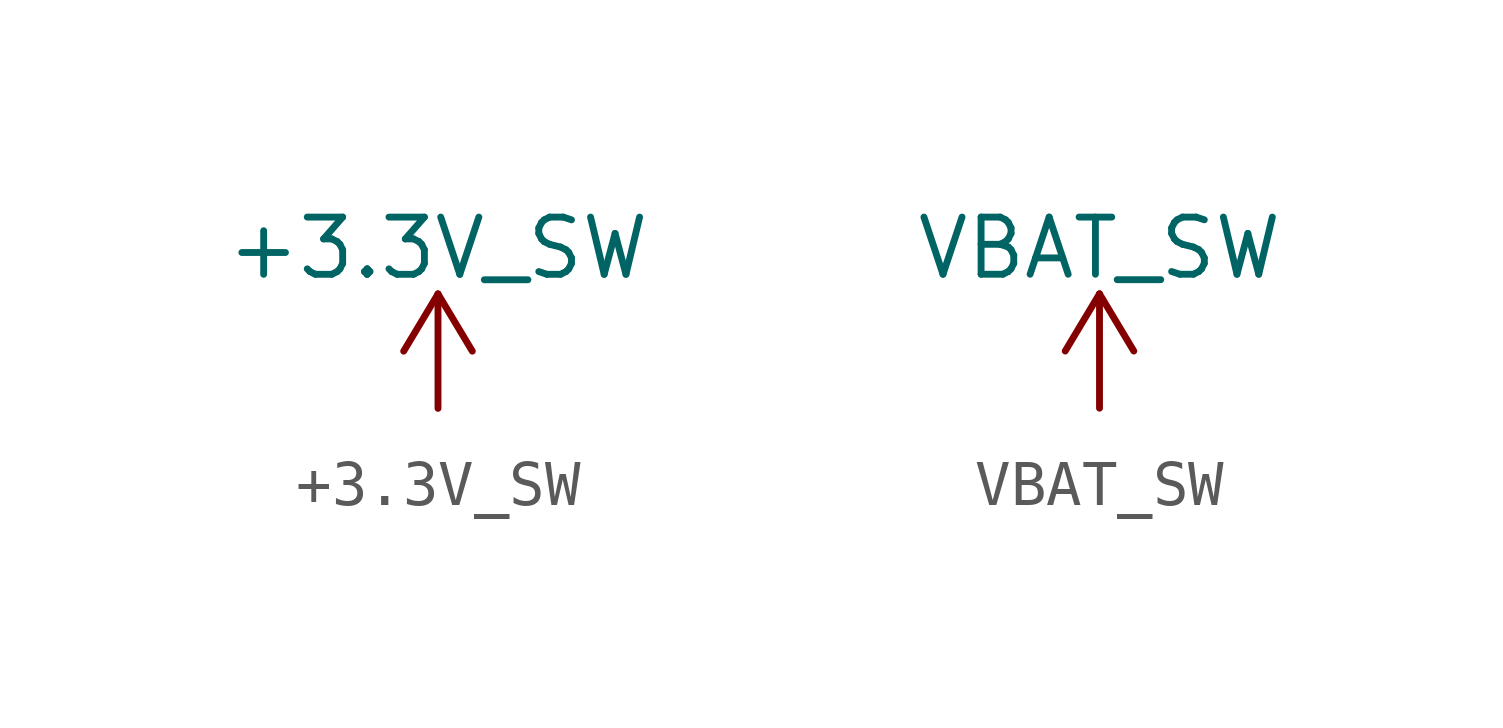
<source format=kicad_sym>
(kicad_symbol_lib
  (version 20211014)
  (generator kicad_symbol_editor)
  (symbol "+3.3V_SW"
    (power)
    (pin_names
      (offset 0))
    (property "Reference" "#PWR"
      (at 0 -3.81 0)
      (effects (font (size 1.27 1.27)) hide))
    (property "Value" "+3.3V_SW"
      (at 0 3.556 0)
      (effects (font (size 1.27 1.27))))
    (symbol "+3.3V_SW_0_1"
      (polyline (pts (xy -0.762 1.27) (xy 0 2.54)) (stroke (width 0) (type default) (color 0 0 0 0)) (fill (type none)))
      (polyline (pts (xy 0 0) (xy 0 2.54)) (stroke (width 0) (type default) (color 0 0 0 0)) (fill (type none)))
      (polyline (pts (xy 0 2.54) (xy 0.762 1.27)) (stroke (width 0) (type default) (color 0 0 0 0)) (fill (type none))))
    (symbol "+3.3V_SW_1_1"
      (pin power_in line (at 0 0 90) (length 0) hide (name "+3.3V_SW" (effects (font (size 1.27 1.27)))) (number "1" (effects (font (size 1.27 1.27)))))))
  (symbol "VBAT_SW"
    (power)
    (pin_numbers hide)
    (pin_names
      (offset 0) hide)
    (property "Reference" "#PWR"
      (at 0 -3.81 0)
      (effects (font (size 1.27 1.27)) hide))
    (property "Value" "VBAT_SW"
      (at 0 3.556 0)
      (effects (font (size 1.27 1.27))))
    (symbol "VBAT_SW_0_1"
      (polyline (pts (xy -0.762 1.27) (xy 0 2.54)) (stroke (width 0) (type default) (color 0 0 0 0)) (fill (type none)))
      (polyline (pts (xy 0 0) (xy 0 2.54)) (stroke (width 0) (type default) (color 0 0 0 0)) (fill (type none)))
      (polyline (pts (xy 0 2.54) (xy 0.762 1.27)) (stroke (width 0) (type default) (color 0 0 0 0)) (fill (type none))))
    (symbol "VBAT_SW_1_1"
      (pin power_in line (at 0 0 90) (length 0) hide (name "VBAT_SW" (effects (font (size 1.27 1.27)))) (number "1" (effects (font (size 1.27 1.27))))))))
</source>
